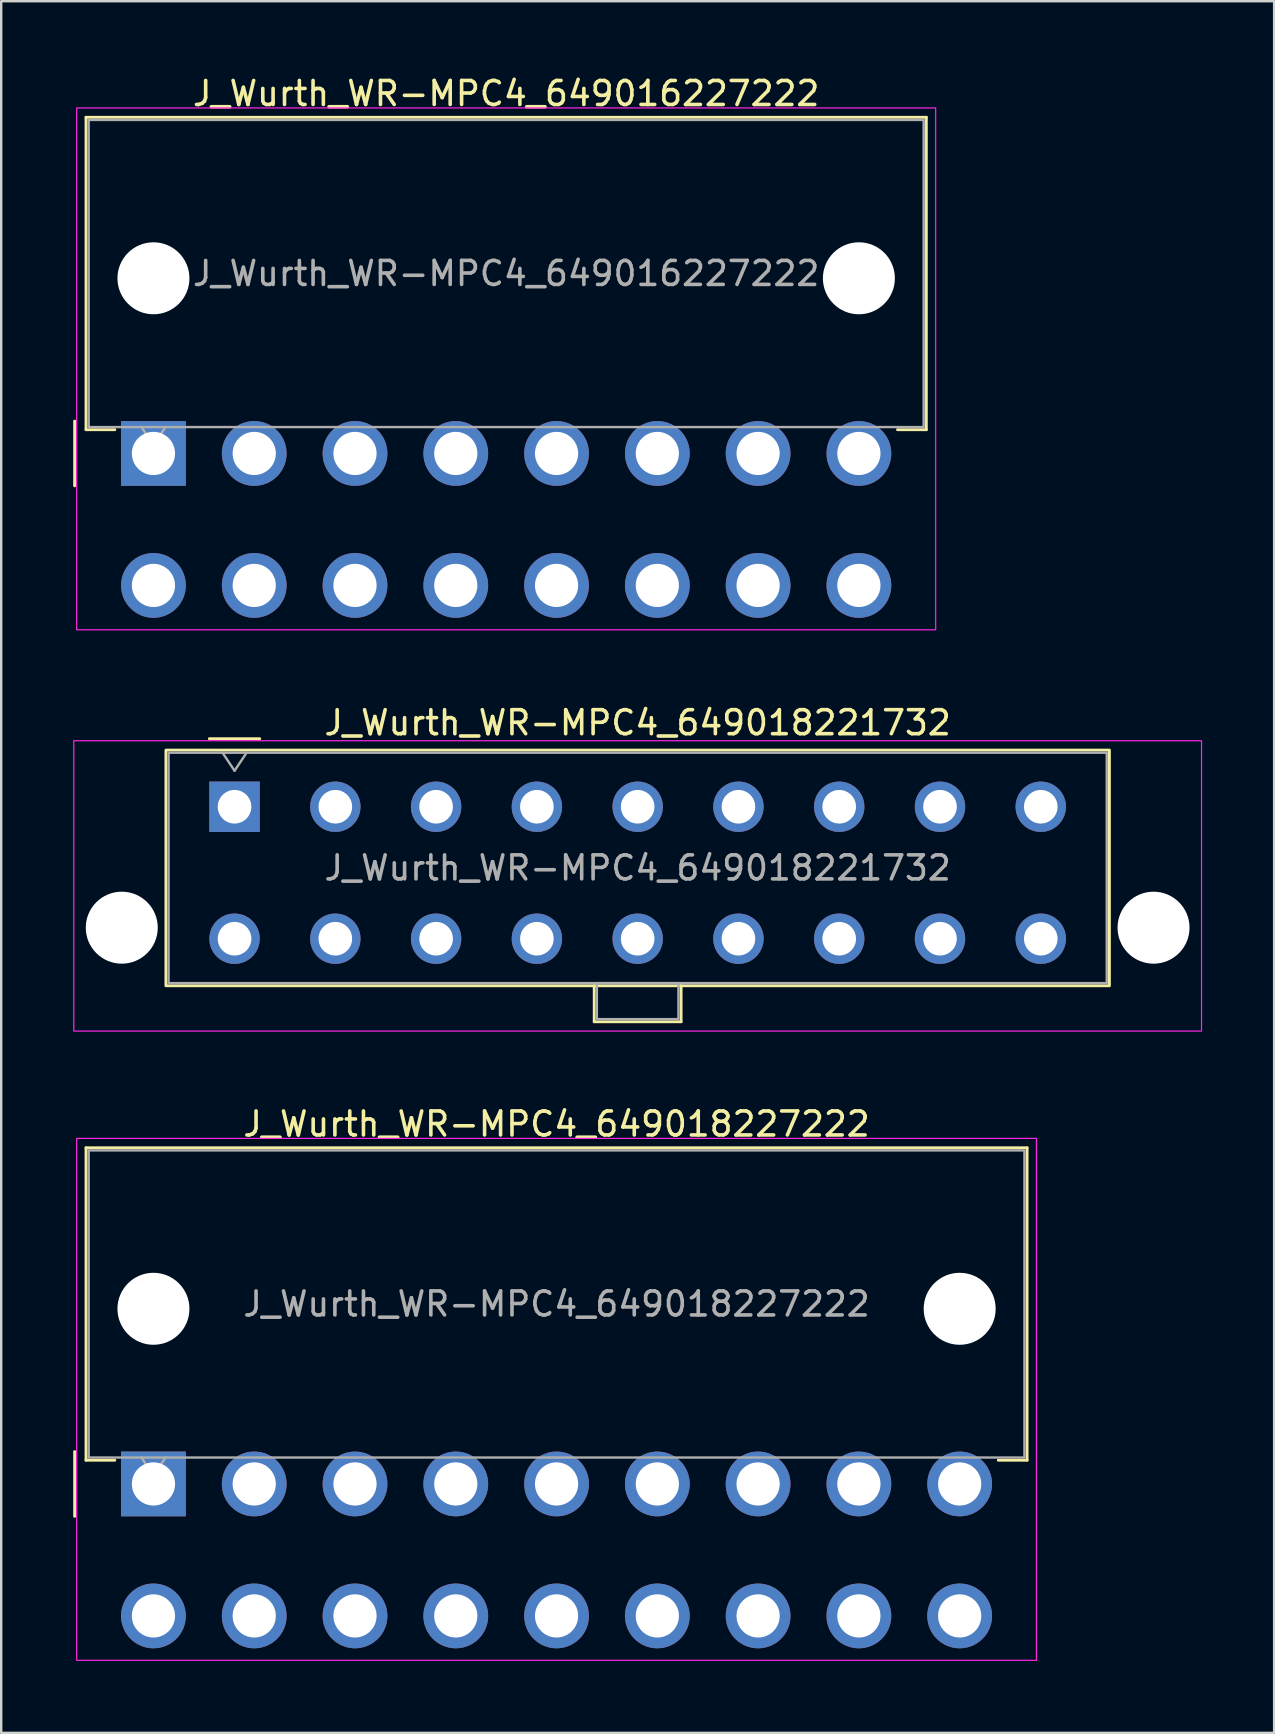
<source format=kicad_pcb>
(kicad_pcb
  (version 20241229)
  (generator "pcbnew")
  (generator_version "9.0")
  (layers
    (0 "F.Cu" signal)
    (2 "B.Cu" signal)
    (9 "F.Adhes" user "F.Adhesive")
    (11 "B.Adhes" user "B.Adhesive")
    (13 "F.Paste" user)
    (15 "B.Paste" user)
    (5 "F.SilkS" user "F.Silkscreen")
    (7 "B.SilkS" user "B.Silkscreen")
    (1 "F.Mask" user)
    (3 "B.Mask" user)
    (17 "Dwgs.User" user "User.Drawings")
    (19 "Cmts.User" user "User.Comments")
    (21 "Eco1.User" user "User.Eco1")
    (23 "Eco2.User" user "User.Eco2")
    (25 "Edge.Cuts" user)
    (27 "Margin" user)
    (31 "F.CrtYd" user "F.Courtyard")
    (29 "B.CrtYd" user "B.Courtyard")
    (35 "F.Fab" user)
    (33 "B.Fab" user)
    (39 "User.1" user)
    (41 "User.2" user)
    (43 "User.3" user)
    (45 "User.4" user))
  (footprint "J_Wurth_WR-MPC4_649018227222"
    (layer "F.Cu")
    (at 3.345 58.795)
    (property "Reference" "J_Wurth_WR-MPC4_649018227222" (at 16.8 -15 0) (unlocked yes) (layer "F.SilkS") (effects (font (size 1 1) (thickness 0.15))))
    (attr through_hole)
    (fp_line (start -3.285 -1.35) (end -3.285 1.35) (stroke (width 0.12) (type solid)) (layer "F.SilkS"))
    (fp_line (start -2.81 -14.01) (end 36.41 -14.01) (stroke (width 0.12) (type solid)) (layer "F.SilkS"))
    (fp_line (start -2.81 -0.99) (end -2.81 -14.01) (stroke (width 0.12) (type default)) (layer "F.SilkS"))
    (fp_line (start -1.61 -0.99) (end -2.81 -0.99) (stroke (width 0.12) (type solid)) (layer "F.SilkS"))
    (fp_line (start 36.41 -14.01) (end 36.41 -0.99) (stroke (width 0.12) (type solid)) (layer "F.SilkS"))
    (fp_line (start 36.41 -0.99) (end 35.21 -0.99) (stroke (width 0.12) (type solid)) (layer "F.SilkS"))
    (fp_rect (start -3.2 -14.4) (end 36.8 7.35) (stroke (width 0.05) (type solid)) (fill no) (layer "F.CrtYd"))
    (fp_line (start 0 -0.35) (end -0.5 -1.1) (stroke (width 0.1) (type solid)) (layer "F.Fab"))
    (fp_line (start 0 -0.35) (end 0.5 -1.1) (stroke (width 0.1) (type solid)) (layer "F.Fab"))
    (fp_rect (start -2.7 -13.9) (end 36.3 -1.1) (stroke (width 0.1) (type solid)) (fill no) (layer "F.Fab"))
    (fp_text user "${REFERENCE}" (at 16.8 -7.5 0) (unlocked yes) (layer "F.Fab") (effects (font (size 1 1) (thickness 0.15))))
    (pad "" np_thru_hole circle (at 0 -7.3) (size 3 3) (drill 3) (layers "*.Cu" "*.Mask"))
    (pad "" np_thru_hole circle (at 33.6 -7.3) (size 3 3) (drill 3) (layers "*.Cu" "*.Mask"))
    (pad "1" thru_hole rect (at 0 0 180) (size 2.7 2.7) (drill 1.8) (layers "*.Cu" "*.Mask"))
    (pad "2" thru_hole circle (at 4.2 0 180) (size 2.7 2.7) (drill 1.8) (layers "*.Cu" "*.Mask"))
    (pad "3" thru_hole circle (at 8.4 0 180) (size 2.7 2.7) (drill 1.8) (layers "*.Cu" "*.Mask"))
    (pad "4" thru_hole circle (at 12.6 0 180) (size 2.7 2.7) (drill 1.8) (layers "*.Cu" "*.Mask"))
    (pad "5" thru_hole circle (at 16.8 0 180) (size 2.7 2.7) (drill 1.8) (layers "*.Cu" "*.Mask"))
    (pad "6" thru_hole circle (at 21 0 180) (size 2.7 2.7) (drill 1.8) (layers "*.Cu" "*.Mask"))
    (pad "7" thru_hole circle (at 25.2 0 180) (size 2.7 2.7) (drill 1.8) (layers "*.Cu" "*.Mask"))
    (pad "8" thru_hole circle (at 29.4 0 180) (size 2.7 2.7) (drill 1.8) (layers "*.Cu" "*.Mask"))
    (pad "9" thru_hole circle (at 33.6 0 180) (size 2.7 2.7) (drill 1.8) (layers "*.Cu" "*.Mask"))
    (pad "10" thru_hole circle (at 0 5.5 180) (size 2.7 2.7) (drill 1.8) (layers "*.Cu" "*.Mask"))
    (pad "11" thru_hole circle (at 4.2 5.5 180) (size 2.7 2.7) (drill 1.8) (layers "*.Cu" "*.Mask"))
    (pad "12" thru_hole circle (at 8.4 5.5 180) (size 2.7 2.7) (drill 1.8) (layers "*.Cu" "*.Mask"))
    (pad "13" thru_hole circle (at 12.6 5.5 180) (size 2.7 2.7) (drill 1.8) (layers "*.Cu" "*.Mask"))
    (pad "14" thru_hole circle (at 16.8 5.5 180) (size 2.7 2.7) (drill 1.8) (layers "*.Cu" "*.Mask"))
    (pad "15" thru_hole circle (at 21 5.5 180) (size 2.7 2.7) (drill 1.8) (layers "*.Cu" "*.Mask"))
    (pad "16" thru_hole circle (at 25.2 5.5 180) (size 2.7 2.7) (drill 1.8) (layers "*.Cu" "*.Mask"))
    (pad "17" thru_hole circle (at 29.4 5.5 180) (size 2.7 2.7) (drill 1.8) (layers "*.Cu" "*.Mask"))
    (pad "18" thru_hole circle (at 33.6 5.5 180) (size 2.7 2.7) (drill 1.8) (layers "*.Cu" "*.Mask")))
  (footprint "J_Wurth_WR-MPC4_649018221732"
    (layer "F.Cu")
    (at 6.725 30.572)
    (property "Reference" "J_Wurth_WR-MPC4_649018221732" (at 16.8 -3.5 0) (unlocked yes) (layer "F.SilkS") (effects (font (size 1 1) (thickness 0.15))))
    (attr through_hole)
    (fp_line (start 1.05 -2.835) (end -1.05 -2.835) (stroke (width 0.12) (type solid)) (layer "F.SilkS"))
    (fp_line (start 14.99 8.96) (end 14.99 7.46) (stroke (width 0.12) (type default)) (layer "F.SilkS"))
    (fp_line (start 18.61 7.46) (end 18.61 8.96) (stroke (width 0.12) (type default)) (layer "F.SilkS"))
    (fp_line (start 18.61 8.96) (end 14.99 8.96) (stroke (width 0.12) (type solid)) (layer "F.SilkS"))
    (fp_rect (start -2.86 -2.36) (end 36.46 7.46) (stroke (width 0.12) (type solid)) (fill no) (layer "F.SilkS"))
    (fp_rect (start -6.7 -2.75) (end 40.3 9.35) (stroke (width 0.05) (type solid)) (fill no) (layer "F.CrtYd"))
    (fp_line (start 0 -1.5) (end -0.5 -2.25) (stroke (width 0.1) (type solid)) (layer "F.Fab"))
    (fp_line (start 0 -1.5) (end 0.5 -2.25) (stroke (width 0.1) (type solid)) (layer "F.Fab"))
    (fp_rect (start -2.75 -2.25) (end 36.35 7.35) (stroke (width 0.1) (type solid)) (fill no) (layer "F.Fab"))
    (fp_rect (start 15.1 7.35) (end 18.5 8.85) (stroke (width 0.1) (type solid)) (fill no) (layer "F.Fab"))
    (fp_text user "${REFERENCE}" (at 16.8 2.55 0) (unlocked yes) (layer "F.Fab") (effects (font (size 1 1) (thickness 0.15))))
    (pad "" np_thru_hole circle (at -4.7 5.04 180) (size 3 3) (drill 3) (layers "*.Cu" "*.Mask"))
    (pad "" np_thru_hole circle (at 38.3 5.04 180) (size 3 3) (drill 3) (layers "*.Cu" "*.Mask"))
    (pad "1" thru_hole rect (at 0 0 180) (size 2.1 2.1) (drill 1.4) (layers "*.Cu" "*.Mask"))
    (pad "2" thru_hole circle (at 4.2 0 180) (size 2.1 2.1) (drill 1.4) (layers "*.Cu" "*.Mask"))
    (pad "3" thru_hole circle (at 8.4 0 180) (size 2.1 2.1) (drill 1.4) (layers "*.Cu" "*.Mask"))
    (pad "4" thru_hole circle (at 12.6 0 180) (size 2.1 2.1) (drill 1.4) (layers "*.Cu" "*.Mask"))
    (pad "5" thru_hole circle (at 16.8 0 180) (size 2.1 2.1) (drill 1.4) (layers "*.Cu" "*.Mask"))
    (pad "6" thru_hole circle (at 21 0 180) (size 2.1 2.1) (drill 1.4) (layers "*.Cu" "*.Mask"))
    (pad "7" thru_hole circle (at 25.2 0 180) (size 2.1 2.1) (drill 1.4) (layers "*.Cu" "*.Mask"))
    (pad "8" thru_hole circle (at 29.4 0 180) (size 2.1 2.1) (drill 1.4) (layers "*.Cu" "*.Mask"))
    (pad "9" thru_hole circle (at 33.6 0 180) (size 2.1 2.1) (drill 1.4) (layers "*.Cu" "*.Mask"))
    (pad "10" thru_hole circle (at 0 5.5 180) (size 2.1 2.1) (drill 1.4) (layers "*.Cu" "*.Mask"))
    (pad "11" thru_hole circle (at 4.2 5.5 180) (size 2.1 2.1) (drill 1.4) (layers "*.Cu" "*.Mask"))
    (pad "12" thru_hole circle (at 8.4 5.5 180) (size 2.1 2.1) (drill 1.4) (layers "*.Cu" "*.Mask"))
    (pad "13" thru_hole circle (at 12.6 5.5 180) (size 2.1 2.1) (drill 1.4) (layers "*.Cu" "*.Mask"))
    (pad "14" thru_hole circle (at 16.8 5.5 180) (size 2.1 2.1) (drill 1.4) (layers "*.Cu" "*.Mask"))
    (pad "15" thru_hole circle (at 21 5.5 180) (size 2.1 2.1) (drill 1.4) (layers "*.Cu" "*.Mask"))
    (pad "16" thru_hole circle (at 25.2 5.5 180) (size 2.1 2.1) (drill 1.4) (layers "*.Cu" "*.Mask"))
    (pad "17" thru_hole circle (at 29.4 5.5 180) (size 2.1 2.1) (drill 1.4) (layers "*.Cu" "*.Mask"))
    (pad "18" thru_hole circle (at 33.6 5.5 180) (size 2.1 2.1) (drill 1.4) (layers "*.Cu" "*.Mask")))
  (footprint "J_Wurth_WR-MPC4_649016227222"
    (layer "F.Cu")
    (at 3.345 15.848)
    (property "Reference" "J_Wurth_WR-MPC4_649016227222" (at 14.7 -15 0) (unlocked yes) (layer "F.SilkS") (effects (font (size 1 1) (thickness 0.15))))
    (attr through_hole)
    (fp_line (start -3.285 -1.35) (end -3.285 1.35) (stroke (width 0.12) (type solid)) (layer "F.SilkS"))
    (fp_line (start -2.81 -14.01) (end 32.21 -14.01) (stroke (width 0.12) (type solid)) (layer "F.SilkS"))
    (fp_line (start -2.81 -0.99) (end -2.81 -14.01) (stroke (width 0.12) (type default)) (layer "F.SilkS"))
    (fp_line (start -1.61 -0.99) (end -2.81 -0.99) (stroke (width 0.12) (type solid)) (layer "F.SilkS"))
    (fp_line (start 32.21 -14.01) (end 32.21 -0.99) (stroke (width 0.12) (type solid)) (layer "F.SilkS"))
    (fp_line (start 32.21 -0.99) (end 31.01 -0.99) (stroke (width 0.12) (type solid)) (layer "F.SilkS"))
    (fp_rect (start -3.2 -14.4) (end 32.6 7.35) (stroke (width 0.05) (type solid)) (fill no) (layer "F.CrtYd"))
    (fp_line (start 0 -0.35) (end -0.5 -1.1) (stroke (width 0.1) (type solid)) (layer "F.Fab"))
    (fp_line (start 0 -0.35) (end 0.5 -1.1) (stroke (width 0.1) (type solid)) (layer "F.Fab"))
    (fp_rect (start -2.7 -13.9) (end 32.1 -1.1) (stroke (width 0.1) (type solid)) (fill no) (layer "F.Fab"))
    (fp_text user "${REFERENCE}" (at 14.7 -7.5 0) (unlocked yes) (layer "F.Fab") (effects (font (size 1 1) (thickness 0.15))))
    (pad "" np_thru_hole circle (at 0 -7.3) (size 3 3) (drill 3) (layers "*.Cu" "*.Mask"))
    (pad "" np_thru_hole circle (at 29.4 -7.3) (size 3 3) (drill 3) (layers "*.Cu" "*.Mask"))
    (pad "1" thru_hole rect (at 0 0 180) (size 2.7 2.7) (drill 1.8) (layers "*.Cu" "*.Mask"))
    (pad "2" thru_hole circle (at 4.2 0 180) (size 2.7 2.7) (drill 1.8) (layers "*.Cu" "*.Mask"))
    (pad "3" thru_hole circle (at 8.4 0 180) (size 2.7 2.7) (drill 1.8) (layers "*.Cu" "*.Mask"))
    (pad "4" thru_hole circle (at 12.6 0 180) (size 2.7 2.7) (drill 1.8) (layers "*.Cu" "*.Mask"))
    (pad "5" thru_hole circle (at 16.8 0 180) (size 2.7 2.7) (drill 1.8) (layers "*.Cu" "*.Mask"))
    (pad "6" thru_hole circle (at 21 0 180) (size 2.7 2.7) (drill 1.8) (layers "*.Cu" "*.Mask"))
    (pad "7" thru_hole circle (at 25.2 0 180) (size 2.7 2.7) (drill 1.8) (layers "*.Cu" "*.Mask"))
    (pad "8" thru_hole circle (at 29.4 0 180) (size 2.7 2.7) (drill 1.8) (layers "*.Cu" "*.Mask"))
    (pad "9" thru_hole circle (at 0 5.5 180) (size 2.7 2.7) (drill 1.8) (layers "*.Cu" "*.Mask"))
    (pad "10" thru_hole circle (at 4.2 5.5 180) (size 2.7 2.7) (drill 1.8) (layers "*.Cu" "*.Mask"))
    (pad "11" thru_hole circle (at 8.4 5.5 180) (size 2.7 2.7) (drill 1.8) (layers "*.Cu" "*.Mask"))
    (pad "12" thru_hole circle (at 12.6 5.5 180) (size 2.7 2.7) (drill 1.8) (layers "*.Cu" "*.Mask"))
    (pad "13" thru_hole circle (at 16.8 5.5 180) (size 2.7 2.7) (drill 1.8) (layers "*.Cu" "*.Mask"))
    (pad "14" thru_hole circle (at 21 5.5 180) (size 2.7 2.7) (drill 1.8) (layers "*.Cu" "*.Mask"))
    (pad "15" thru_hole circle (at 25.2 5.5 180) (size 2.7 2.7) (drill 1.8) (layers "*.Cu" "*.Mask"))
    (pad "16" thru_hole circle (at 29.4 5.5 180) (size 2.7 2.7) (drill 1.8) (layers "*.Cu" "*.Mask")))
  (gr_rect
    (start -3 -3)
    (end 50.05 69.17)
    (stroke (width 0.1) (type default))
    (fill no)
    (layer "Edge.Cuts")))
</source>
